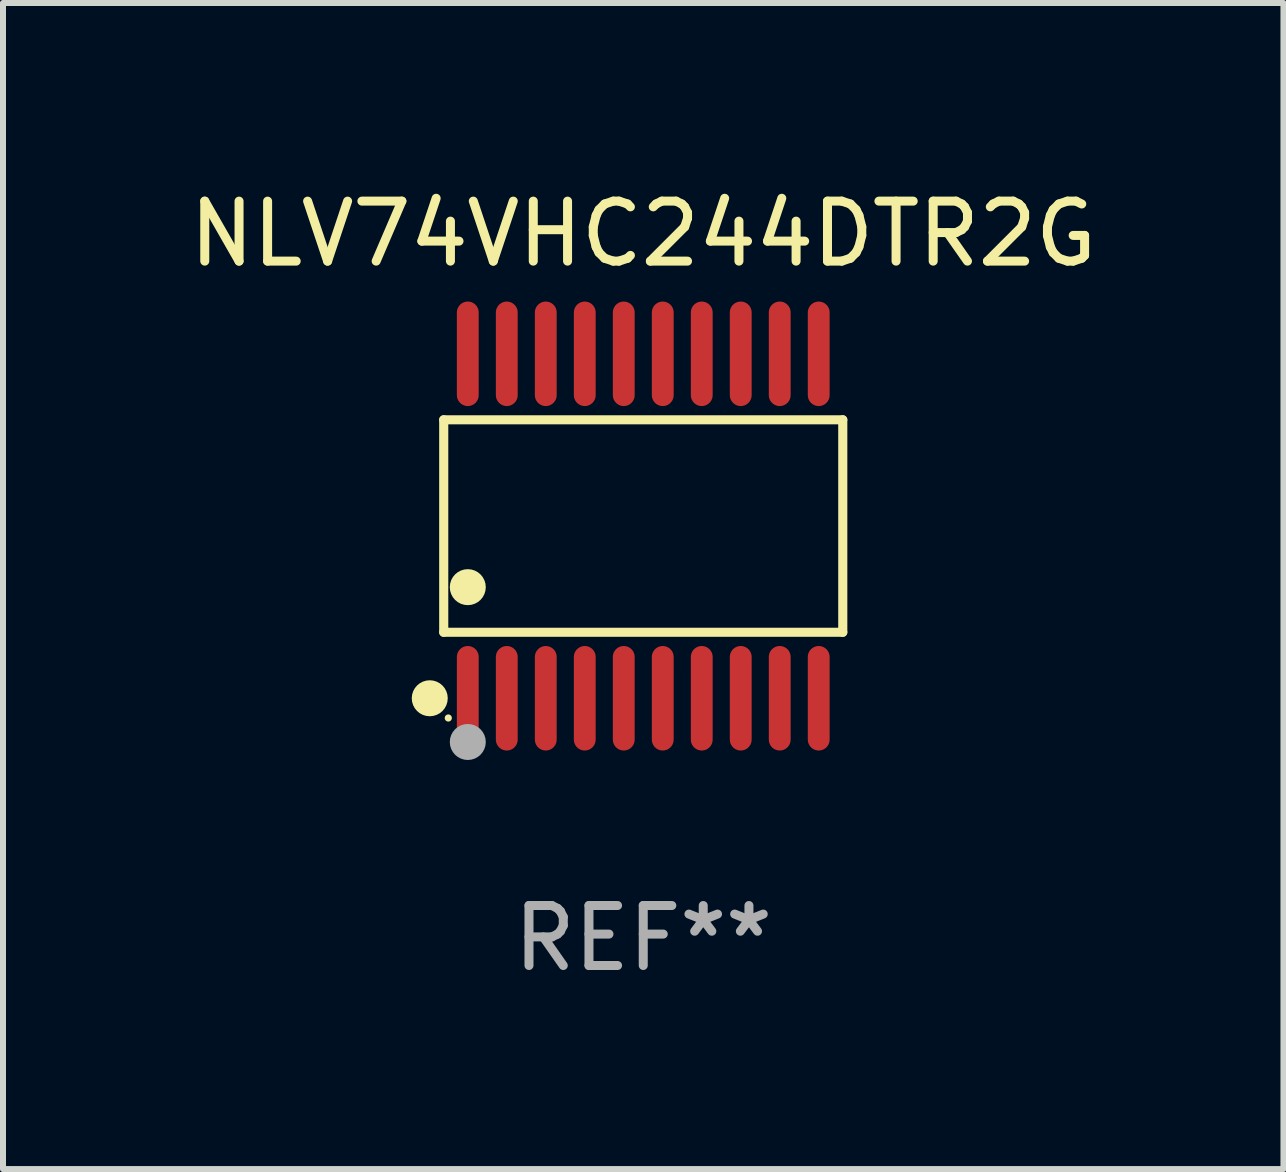
<source format=kicad_pcb>
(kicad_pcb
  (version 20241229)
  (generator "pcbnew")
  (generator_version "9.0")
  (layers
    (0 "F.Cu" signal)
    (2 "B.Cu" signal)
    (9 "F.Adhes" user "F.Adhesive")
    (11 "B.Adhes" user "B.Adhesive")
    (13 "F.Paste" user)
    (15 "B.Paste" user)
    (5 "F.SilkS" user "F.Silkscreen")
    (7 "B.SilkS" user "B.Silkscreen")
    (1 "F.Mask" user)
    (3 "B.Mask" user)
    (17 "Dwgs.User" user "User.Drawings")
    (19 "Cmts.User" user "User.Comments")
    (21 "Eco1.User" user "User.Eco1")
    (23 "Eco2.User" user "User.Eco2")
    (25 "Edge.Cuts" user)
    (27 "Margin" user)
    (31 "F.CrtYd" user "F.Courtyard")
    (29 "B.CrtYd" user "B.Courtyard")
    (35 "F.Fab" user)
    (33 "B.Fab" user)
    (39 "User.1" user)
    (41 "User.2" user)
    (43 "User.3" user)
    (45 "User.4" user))
  (footprint "NLV74VHC244DTR2G"
    (layer "F.Cu")
    (at 7.673 5.719)
    (property "Reference" "NLV74VHC244DTR2G" (at 0 -4.871 0) (layer "F.SilkS") (effects (font (size 1 1) (thickness 0.15))))
    (attr through_hole)
    (fp_line (start -3.326 -1.771) (end 3.326 -1.771) (stroke (width 0.152) (type solid)) (layer "F.SilkS"))
    (fp_line (start -3.326 1.771) (end -3.326 -1.771) (stroke (width 0.152) (type solid)) (layer "F.SilkS"))
    (fp_line (start 3.326 -1.771) (end 3.326 1.771) (stroke (width 0.152) (type solid)) (layer "F.SilkS"))
    (fp_line (start 3.326 1.771) (end -3.326 1.771) (stroke (width 0.152) (type solid)) (layer "F.SilkS"))
    (fp_circle (center -3.559 2.871) (end -3.409 2.871) (stroke (width 0.3) (type solid)) (fill no) (layer "F.SilkS"))
    (fp_circle (center -3.25 3.2) (end -3.22 3.2) (stroke (width 0.06) (type solid)) (fill no) (layer "F.SilkS"))
    (fp_circle (center -2.925 1.019) (end -2.775 1.019) (stroke (width 0.3) (type solid)) (fill no) (layer "F.SilkS"))
    (fp_circle (center -2.925 3.6) (end -2.775 3.6) (stroke (width 0.3) (type solid)) (fill no) (layer "F.Fab"))
    (fp_text user "REF**" (at 0 6.871 0) (layer "F.Fab") (effects (font (size 1 1) (thickness 0.15))))
    (pad "1" smd oval (at -2.925 2.871) (size 0.364 1.742) (layers "F.Cu" "F.Mask" "F.Paste"))
    (pad "2" smd oval (at -2.275 2.871) (size 0.364 1.742) (layers "F.Cu" "F.Mask" "F.Paste"))
    (pad "3" smd oval (at -1.625 2.871) (size 0.364 1.742) (layers "F.Cu" "F.Mask" "F.Paste"))
    (pad "4" smd oval (at -0.975 2.871) (size 0.364 1.742) (layers "F.Cu" "F.Mask" "F.Paste"))
    (pad "5" smd oval (at -0.325 2.871) (size 0.364 1.742) (layers "F.Cu" "F.Mask" "F.Paste"))
    (pad "6" smd oval (at 0.325 2.871) (size 0.364 1.742) (layers "F.Cu" "F.Mask" "F.Paste"))
    (pad "7" smd oval (at 0.975 2.871) (size 0.364 1.742) (layers "F.Cu" "F.Mask" "F.Paste"))
    (pad "8" smd oval (at 1.625 2.871) (size 0.364 1.742) (layers "F.Cu" "F.Mask" "F.Paste"))
    (pad "9" smd oval (at 2.275 2.871) (size 0.364 1.742) (layers "F.Cu" "F.Mask" "F.Paste"))
    (pad "10" smd oval (at 2.925 2.871) (size 0.364 1.742) (layers "F.Cu" "F.Mask" "F.Paste"))
    (pad "11" smd oval (at 2.925 -2.871) (size 0.364 1.742) (layers "F.Cu" "F.Mask" "F.Paste"))
    (pad "12" smd oval (at 2.275 -2.871) (size 0.364 1.742) (layers "F.Cu" "F.Mask" "F.Paste"))
    (pad "13" smd oval (at 1.625 -2.871) (size 0.364 1.742) (layers "F.Cu" "F.Mask" "F.Paste"))
    (pad "14" smd oval (at 0.975 -2.871) (size 0.364 1.742) (layers "F.Cu" "F.Mask" "F.Paste"))
    (pad "15" smd oval (at 0.325 -2.871) (size 0.364 1.742) (layers "F.Cu" "F.Mask" "F.Paste"))
    (pad "16" smd oval (at -0.325 -2.871) (size 0.364 1.742) (layers "F.Cu" "F.Mask" "F.Paste"))
    (pad "17" smd oval (at -0.975 -2.871) (size 0.364 1.742) (layers "F.Cu" "F.Mask" "F.Paste"))
    (pad "18" smd oval (at -1.625 -2.871) (size 0.364 1.742) (layers "F.Cu" "F.Mask" "F.Paste"))
    (pad "19" smd oval (at -2.275 -2.871) (size 0.364 1.742) (layers "F.Cu" "F.Mask" "F.Paste"))
    (pad "20" smd oval (at -2.925 -2.871) (size 0.364 1.742) (layers "F.Cu" "F.Mask" "F.Paste")))
  (gr_rect
    (start -3 -3)
    (end 18.345 16.438)
    (stroke (width 0.1) (type default))
    (fill no)
    (layer "Edge.Cuts")))
</source>
